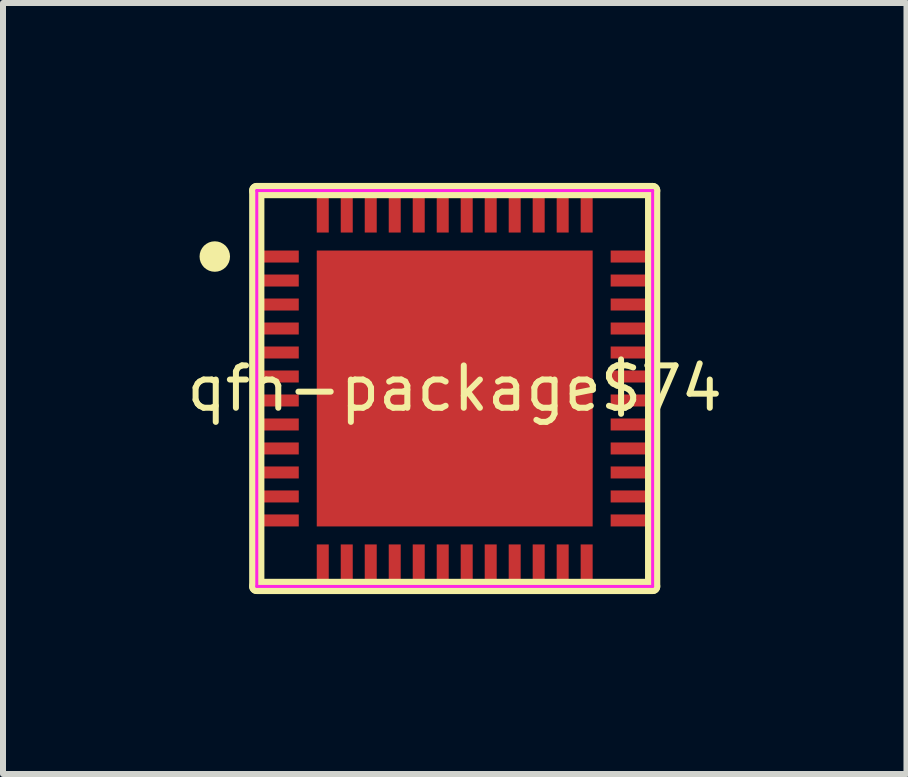
<source format=kicad_pcb>
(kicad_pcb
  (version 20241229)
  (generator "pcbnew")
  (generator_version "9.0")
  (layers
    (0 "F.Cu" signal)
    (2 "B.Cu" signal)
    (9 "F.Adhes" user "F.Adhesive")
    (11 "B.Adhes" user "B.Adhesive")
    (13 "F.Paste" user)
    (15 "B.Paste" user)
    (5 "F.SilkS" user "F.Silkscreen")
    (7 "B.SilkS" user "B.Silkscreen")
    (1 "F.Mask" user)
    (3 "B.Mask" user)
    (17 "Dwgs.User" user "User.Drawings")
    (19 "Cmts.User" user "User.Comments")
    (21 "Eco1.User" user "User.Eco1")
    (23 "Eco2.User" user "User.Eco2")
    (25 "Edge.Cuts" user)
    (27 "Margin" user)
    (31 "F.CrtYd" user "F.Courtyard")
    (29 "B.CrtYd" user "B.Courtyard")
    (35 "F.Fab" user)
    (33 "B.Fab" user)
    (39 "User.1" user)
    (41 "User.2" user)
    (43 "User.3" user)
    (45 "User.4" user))
  (footprint "qfn-package$74"
    (layer "F.Cu")
    (at 4.531 3.427)
    (property "Reference" "qfn-package$74" (at 0 0 0) (layer "F.SilkS") (effects (font (size 0.706 0.706) (thickness 0.1))))
    (attr through_hole)
    (fp_poly (pts (xy -3.3 -2.3) (xy -3.3 -2.1) (xy -2.6 -2.1) (xy -2.6 -2.3)) (stroke (width 0) (type solid)) (fill yes) (layer "F.Mask"))
    (fp_poly (pts (xy -3.3 -1.9) (xy -3.3 -1.7) (xy -2.6 -1.7) (xy -2.6 -1.9)) (stroke (width 0) (type solid)) (fill yes) (layer "F.Mask"))
    (fp_poly (pts (xy -3.3 -1.5) (xy -3.3 -1.3) (xy -2.6 -1.3) (xy -2.6 -1.5)) (stroke (width 0) (type solid)) (fill yes) (layer "F.Mask"))
    (fp_poly (pts (xy -3.3 -1.1) (xy -3.3 -0.9) (xy -2.6 -0.9) (xy -2.6 -1.1)) (stroke (width 0) (type solid)) (fill yes) (layer "F.Mask"))
    (fp_poly (pts (xy -3.3 -0.7) (xy -3.3 -0.5) (xy -2.6 -0.5) (xy -2.6 -0.7)) (stroke (width 0) (type solid)) (fill yes) (layer "F.Mask"))
    (fp_poly (pts (xy -3.3 -0.3) (xy -3.3 -0.1) (xy -2.6 -0.1) (xy -2.6 -0.3)) (stroke (width 0) (type solid)) (fill yes) (layer "F.Mask"))
    (fp_poly (pts (xy -3.3 0.1) (xy -3.3 0.3) (xy -2.6 0.3) (xy -2.6 0.1)) (stroke (width 0) (type solid)) (fill yes) (layer "F.Mask"))
    (fp_poly (pts (xy -3.3 0.5) (xy -3.3 0.7) (xy -2.6 0.7) (xy -2.6 0.5)) (stroke (width 0) (type solid)) (fill yes) (layer "F.Mask"))
    (fp_poly (pts (xy -3.3 0.9) (xy -3.3 1.1) (xy -2.6 1.1) (xy -2.6 0.9)) (stroke (width 0) (type solid)) (fill yes) (layer "F.Mask"))
    (fp_poly (pts (xy -3.3 1.3) (xy -3.3 1.5) (xy -2.6 1.5) (xy -2.6 1.3)) (stroke (width 0) (type solid)) (fill yes) (layer "F.Mask"))
    (fp_poly (pts (xy -3.3 1.7) (xy -3.3 1.9) (xy -2.6 1.9) (xy -2.6 1.7)) (stroke (width 0) (type solid)) (fill yes) (layer "F.Mask"))
    (fp_poly (pts (xy -3.3 2.1) (xy -3.3 2.3) (xy -2.6 2.3) (xy -2.6 2.1)) (stroke (width 0) (type solid)) (fill yes) (layer "F.Mask"))
    (fp_poly (pts (xy -2.3 2.3) (xy 2.3 2.3) (xy 2.3 -2.3) (xy -2.3 -2.3)) (stroke (width 0) (type solid)) (fill yes) (layer "F.Mask"))
    (fp_poly (pts (xy -2.3 3.3) (xy -2.1 3.3) (xy -2.1 2.6) (xy -2.3 2.6)) (stroke (width 0) (type solid)) (fill yes) (layer "F.Mask"))
    (fp_poly (pts (xy -2.1 -3.3) (xy -2.3 -3.3) (xy -2.3 -2.6) (xy -2.1 -2.6)) (stroke (width 0) (type solid)) (fill yes) (layer "F.Mask"))
    (fp_poly (pts (xy -1.9 3.3) (xy -1.7 3.3) (xy -1.7 2.6) (xy -1.9 2.6)) (stroke (width 0) (type solid)) (fill yes) (layer "F.Mask"))
    (fp_poly (pts (xy -1.7 -3.3) (xy -1.9 -3.3) (xy -1.9 -2.6) (xy -1.7 -2.6)) (stroke (width 0) (type solid)) (fill yes) (layer "F.Mask"))
    (fp_poly (pts (xy -1.5 3.3) (xy -1.3 3.3) (xy -1.3 2.6) (xy -1.5 2.6)) (stroke (width 0) (type solid)) (fill yes) (layer "F.Mask"))
    (fp_poly (pts (xy -1.3 -3.3) (xy -1.5 -3.3) (xy -1.5 -2.6) (xy -1.3 -2.6)) (stroke (width 0) (type solid)) (fill yes) (layer "F.Mask"))
    (fp_poly (pts (xy -1.1 3.3) (xy -0.9 3.3) (xy -0.9 2.6) (xy -1.1 2.6)) (stroke (width 0) (type solid)) (fill yes) (layer "F.Mask"))
    (fp_poly (pts (xy -0.9 -3.3) (xy -1.1 -3.3) (xy -1.1 -2.6) (xy -0.9 -2.6)) (stroke (width 0) (type solid)) (fill yes) (layer "F.Mask"))
    (fp_poly (pts (xy -0.7 3.3) (xy -0.5 3.3) (xy -0.5 2.6) (xy -0.7 2.6)) (stroke (width 0) (type solid)) (fill yes) (layer "F.Mask"))
    (fp_poly (pts (xy -0.5 -3.3) (xy -0.7 -3.3) (xy -0.7 -2.6) (xy -0.5 -2.6)) (stroke (width 0) (type solid)) (fill yes) (layer "F.Mask"))
    (fp_poly (pts (xy -0.3 3.3) (xy -0.1 3.3) (xy -0.1 2.6) (xy -0.3 2.6)) (stroke (width 0) (type solid)) (fill yes) (layer "F.Mask"))
    (fp_poly (pts (xy -0.1 -3.3) (xy -0.3 -3.3) (xy -0.3 -2.6) (xy -0.1 -2.6)) (stroke (width 0) (type solid)) (fill yes) (layer "F.Mask"))
    (fp_poly (pts (xy 0.1 3.3) (xy 0.3 3.3) (xy 0.3 2.6) (xy 0.1 2.6)) (stroke (width 0) (type solid)) (fill yes) (layer "F.Mask"))
    (fp_poly (pts (xy 0.3 -3.3) (xy 0.1 -3.3) (xy 0.1 -2.6) (xy 0.3 -2.6)) (stroke (width 0) (type solid)) (fill yes) (layer "F.Mask"))
    (fp_poly (pts (xy 0.5 3.3) (xy 0.7 3.3) (xy 0.7 2.6) (xy 0.5 2.6)) (stroke (width 0) (type solid)) (fill yes) (layer "F.Mask"))
    (fp_poly (pts (xy 0.7 -3.3) (xy 0.5 -3.3) (xy 0.5 -2.6) (xy 0.7 -2.6)) (stroke (width 0) (type solid)) (fill yes) (layer "F.Mask"))
    (fp_poly (pts (xy 0.9 3.3) (xy 1.1 3.3) (xy 1.1 2.6) (xy 0.9 2.6)) (stroke (width 0) (type solid)) (fill yes) (layer "F.Mask"))
    (fp_poly (pts (xy 1.1 -3.3) (xy 0.9 -3.3) (xy 0.9 -2.6) (xy 1.1 -2.6)) (stroke (width 0) (type solid)) (fill yes) (layer "F.Mask"))
    (fp_poly (pts (xy 1.3 3.3) (xy 1.5 3.3) (xy 1.5 2.6) (xy 1.3 2.6)) (stroke (width 0) (type solid)) (fill yes) (layer "F.Mask"))
    (fp_poly (pts (xy 1.5 -3.3) (xy 1.3 -3.3) (xy 1.3 -2.6) (xy 1.5 -2.6)) (stroke (width 0) (type solid)) (fill yes) (layer "F.Mask"))
    (fp_poly (pts (xy 1.7 3.3) (xy 1.9 3.3) (xy 1.9 2.6) (xy 1.7 2.6)) (stroke (width 0) (type solid)) (fill yes) (layer "F.Mask"))
    (fp_poly (pts (xy 1.9 -3.3) (xy 1.7 -3.3) (xy 1.7 -2.6) (xy 1.9 -2.6)) (stroke (width 0) (type solid)) (fill yes) (layer "F.Mask"))
    (fp_poly (pts (xy 2.1 3.3) (xy 2.3 3.3) (xy 2.3 2.6) (xy 2.1 2.6)) (stroke (width 0) (type solid)) (fill yes) (layer "F.Mask"))
    (fp_poly (pts (xy 2.3 -3.3) (xy 2.1 -3.3) (xy 2.1 -2.6) (xy 2.3 -2.6)) (stroke (width 0) (type solid)) (fill yes) (layer "F.Mask"))
    (fp_poly (pts (xy 3.3 -2.1) (xy 3.3 -2.3) (xy 2.6 -2.3) (xy 2.6 -2.1)) (stroke (width 0) (type solid)) (fill yes) (layer "F.Mask"))
    (fp_poly (pts (xy 3.3 -1.7) (xy 3.3 -1.9) (xy 2.6 -1.9) (xy 2.6 -1.7)) (stroke (width 0) (type solid)) (fill yes) (layer "F.Mask"))
    (fp_poly (pts (xy 3.3 -1.3) (xy 3.3 -1.5) (xy 2.6 -1.5) (xy 2.6 -1.3)) (stroke (width 0) (type solid)) (fill yes) (layer "F.Mask"))
    (fp_poly (pts (xy 3.3 -0.9) (xy 3.3 -1.1) (xy 2.6 -1.1) (xy 2.6 -0.9)) (stroke (width 0) (type solid)) (fill yes) (layer "F.Mask"))
    (fp_poly (pts (xy 3.3 -0.5) (xy 3.3 -0.7) (xy 2.6 -0.7) (xy 2.6 -0.5)) (stroke (width 0) (type solid)) (fill yes) (layer "F.Mask"))
    (fp_poly (pts (xy 3.3 -0.1) (xy 3.3 -0.3) (xy 2.6 -0.3) (xy 2.6 -0.1)) (stroke (width 0) (type solid)) (fill yes) (layer "F.Mask"))
    (fp_poly (pts (xy 3.3 0.3) (xy 3.3 0.1) (xy 2.6 0.1) (xy 2.6 0.3)) (stroke (width 0) (type solid)) (fill yes) (layer "F.Mask"))
    (fp_poly (pts (xy 3.3 0.7) (xy 3.3 0.5) (xy 2.6 0.5) (xy 2.6 0.7)) (stroke (width 0) (type solid)) (fill yes) (layer "F.Mask"))
    (fp_poly (pts (xy 3.3 1.1) (xy 3.3 0.9) (xy 2.6 0.9) (xy 2.6 1.1)) (stroke (width 0) (type solid)) (fill yes) (layer "F.Mask"))
    (fp_poly (pts (xy 3.3 1.5) (xy 3.3 1.3) (xy 2.6 1.3) (xy 2.6 1.5)) (stroke (width 0) (type solid)) (fill yes) (layer "F.Mask"))
    (fp_poly (pts (xy 3.3 1.9) (xy 3.3 1.7) (xy 2.6 1.7) (xy 2.6 1.9)) (stroke (width 0) (type solid)) (fill yes) (layer "F.Mask"))
    (fp_poly (pts (xy 3.3 2.3) (xy 3.3 2.1) (xy 2.6 2.1) (xy 2.6 2.3)) (stroke (width 0) (type solid)) (fill yes) (layer "F.Mask"))
    (fp_line (start -3.3 -3.3) (end -3.3 3.3) (stroke (width 0.254) (type solid)) (layer "F.SilkS"))
    (fp_line (start -3.3 3.3) (end 3.3 3.3) (stroke (width 0.254) (type solid)) (layer "F.SilkS"))
    (fp_line (start 3.3 -3.3) (end -3.3 -3.3) (stroke (width 0.254) (type solid)) (layer "F.SilkS"))
    (fp_line (start 3.3 3.3) (end 3.3 -3.3) (stroke (width 0.254) (type solid)) (layer "F.SilkS"))
    (fp_poly (pts (xy -3.746 -2.2) (xy -3.751 -2.25) (xy -3.765 -2.297) (xy -3.789 -2.341) (xy -3.82 -2.38) (xy -3.859 -2.411) (xy -3.903 -2.435) (xy -3.95 -2.449) (xy -4 -2.454) (xy -4.05 -2.449) (xy -4.097 -2.435) (xy -4.141 -2.411) (xy -4.18 -2.38) (xy -4.211 -2.341) (xy -4.235 -2.297) (xy -4.249 -2.25) (xy -4.254 -2.2) (xy -4.249 -2.15) (xy -4.235 -2.103) (xy -4.211 -2.059) (xy -4.18 -2.02) (xy -4.141 -1.989) (xy -4.097 -1.965) (xy -4.05 -1.951) (xy -4 -1.946) (xy -3.95 -1.951) (xy -3.903 -1.965) (xy -3.859 -1.989) (xy -3.82 -2.02) (xy -3.789 -2.059) (xy -3.765 -2.103) (xy -3.751 -2.15)) (stroke (width 0) (type solid)) (fill yes) (layer "F.SilkS"))
    (fp_poly (pts (xy -3.3 -2.3) (xy -3.3 -2.1) (xy -2.6 -2.1) (xy -2.6 -2.3)) (stroke (width 0) (type solid)) (fill yes) (layer "F.Paste"))
    (fp_poly (pts (xy -3.3 -1.9) (xy -3.3 -1.7) (xy -2.6 -1.7) (xy -2.6 -1.9)) (stroke (width 0) (type solid)) (fill yes) (layer "F.Paste"))
    (fp_poly (pts (xy -3.3 -1.5) (xy -3.3 -1.3) (xy -2.6 -1.3) (xy -2.6 -1.5)) (stroke (width 0) (type solid)) (fill yes) (layer "F.Paste"))
    (fp_poly (pts (xy -3.3 -1.1) (xy -3.3 -0.9) (xy -2.6 -0.9) (xy -2.6 -1.1)) (stroke (width 0) (type solid)) (fill yes) (layer "F.Paste"))
    (fp_poly (pts (xy -3.3 -0.7) (xy -3.3 -0.5) (xy -2.6 -0.5) (xy -2.6 -0.7)) (stroke (width 0) (type solid)) (fill yes) (layer "F.Paste"))
    (fp_poly (pts (xy -3.3 -0.3) (xy -3.3 -0.1) (xy -2.6 -0.1) (xy -2.6 -0.3)) (stroke (width 0) (type solid)) (fill yes) (layer "F.Paste"))
    (fp_poly (pts (xy -3.3 0.1) (xy -3.3 0.3) (xy -2.6 0.3) (xy -2.6 0.1)) (stroke (width 0) (type solid)) (fill yes) (layer "F.Paste"))
    (fp_poly (pts (xy -3.3 0.5) (xy -3.3 0.7) (xy -2.6 0.7) (xy -2.6 0.5)) (stroke (width 0) (type solid)) (fill yes) (layer "F.Paste"))
    (fp_poly (pts (xy -3.3 0.9) (xy -3.3 1.1) (xy -2.6 1.1) (xy -2.6 0.9)) (stroke (width 0) (type solid)) (fill yes) (layer "F.Paste"))
    (fp_poly (pts (xy -3.3 1.3) (xy -3.3 1.5) (xy -2.6 1.5) (xy -2.6 1.3)) (stroke (width 0) (type solid)) (fill yes) (layer "F.Paste"))
    (fp_poly (pts (xy -3.3 1.7) (xy -3.3 1.9) (xy -2.6 1.9) (xy -2.6 1.7)) (stroke (width 0) (type solid)) (fill yes) (layer "F.Paste"))
    (fp_poly (pts (xy -3.3 2.1) (xy -3.3 2.3) (xy -2.6 2.3) (xy -2.6 2.1)) (stroke (width 0) (type solid)) (fill yes) (layer "F.Paste"))
    (fp_poly (pts (xy -2.3 2.3) (xy 2.3 2.3) (xy 2.3 -2.3) (xy -2.3 -2.3)) (stroke (width 0) (type solid)) (fill yes) (layer "F.Paste"))
    (fp_poly (pts (xy -2.3 3.3) (xy -2.1 3.3) (xy -2.1 2.6) (xy -2.3 2.6)) (stroke (width 0) (type solid)) (fill yes) (layer "F.Paste"))
    (fp_poly (pts (xy -2.1 -3.3) (xy -2.3 -3.3) (xy -2.3 -2.6) (xy -2.1 -2.6)) (stroke (width 0) (type solid)) (fill yes) (layer "F.Paste"))
    (fp_poly (pts (xy -1.9 3.3) (xy -1.7 3.3) (xy -1.7 2.6) (xy -1.9 2.6)) (stroke (width 0) (type solid)) (fill yes) (layer "F.Paste"))
    (fp_poly (pts (xy -1.7 -3.3) (xy -1.9 -3.3) (xy -1.9 -2.6) (xy -1.7 -2.6)) (stroke (width 0) (type solid)) (fill yes) (layer "F.Paste"))
    (fp_poly (pts (xy -1.5 3.3) (xy -1.3 3.3) (xy -1.3 2.6) (xy -1.5 2.6)) (stroke (width 0) (type solid)) (fill yes) (layer "F.Paste"))
    (fp_poly (pts (xy -1.3 -3.3) (xy -1.5 -3.3) (xy -1.5 -2.6) (xy -1.3 -2.6)) (stroke (width 0) (type solid)) (fill yes) (layer "F.Paste"))
    (fp_poly (pts (xy -1.1 3.3) (xy -0.9 3.3) (xy -0.9 2.6) (xy -1.1 2.6)) (stroke (width 0) (type solid)) (fill yes) (layer "F.Paste"))
    (fp_poly (pts (xy -0.9 -3.3) (xy -1.1 -3.3) (xy -1.1 -2.6) (xy -0.9 -2.6)) (stroke (width 0) (type solid)) (fill yes) (layer "F.Paste"))
    (fp_poly (pts (xy -0.7 3.3) (xy -0.5 3.3) (xy -0.5 2.6) (xy -0.7 2.6)) (stroke (width 0) (type solid)) (fill yes) (layer "F.Paste"))
    (fp_poly (pts (xy -0.5 -3.3) (xy -0.7 -3.3) (xy -0.7 -2.6) (xy -0.5 -2.6)) (stroke (width 0) (type solid)) (fill yes) (layer "F.Paste"))
    (fp_poly (pts (xy -0.3 3.3) (xy -0.1 3.3) (xy -0.1 2.6) (xy -0.3 2.6)) (stroke (width 0) (type solid)) (fill yes) (layer "F.Paste"))
    (fp_poly (pts (xy -0.1 -3.3) (xy -0.3 -3.3) (xy -0.3 -2.6) (xy -0.1 -2.6)) (stroke (width 0) (type solid)) (fill yes) (layer "F.Paste"))
    (fp_poly (pts (xy 0.1 3.3) (xy 0.3 3.3) (xy 0.3 2.6) (xy 0.1 2.6)) (stroke (width 0) (type solid)) (fill yes) (layer "F.Paste"))
    (fp_poly (pts (xy 0.3 -3.3) (xy 0.1 -3.3) (xy 0.1 -2.6) (xy 0.3 -2.6)) (stroke (width 0) (type solid)) (fill yes) (layer "F.Paste"))
    (fp_poly (pts (xy 0.5 3.3) (xy 0.7 3.3) (xy 0.7 2.6) (xy 0.5 2.6)) (stroke (width 0) (type solid)) (fill yes) (layer "F.Paste"))
    (fp_poly (pts (xy 0.7 -3.3) (xy 0.5 -3.3) (xy 0.5 -2.6) (xy 0.7 -2.6)) (stroke (width 0) (type solid)) (fill yes) (layer "F.Paste"))
    (fp_poly (pts (xy 0.9 3.3) (xy 1.1 3.3) (xy 1.1 2.6) (xy 0.9 2.6)) (stroke (width 0) (type solid)) (fill yes) (layer "F.Paste"))
    (fp_poly (pts (xy 1.1 -3.3) (xy 0.9 -3.3) (xy 0.9 -2.6) (xy 1.1 -2.6)) (stroke (width 0) (type solid)) (fill yes) (layer "F.Paste"))
    (fp_poly (pts (xy 1.3 3.3) (xy 1.5 3.3) (xy 1.5 2.6) (xy 1.3 2.6)) (stroke (width 0) (type solid)) (fill yes) (layer "F.Paste"))
    (fp_poly (pts (xy 1.5 -3.3) (xy 1.3 -3.3) (xy 1.3 -2.6) (xy 1.5 -2.6)) (stroke (width 0) (type solid)) (fill yes) (layer "F.Paste"))
    (fp_poly (pts (xy 1.7 3.3) (xy 1.9 3.3) (xy 1.9 2.6) (xy 1.7 2.6)) (stroke (width 0) (type solid)) (fill yes) (layer "F.Paste"))
    (fp_poly (pts (xy 1.9 -3.3) (xy 1.7 -3.3) (xy 1.7 -2.6) (xy 1.9 -2.6)) (stroke (width 0) (type solid)) (fill yes) (layer "F.Paste"))
    (fp_poly (pts (xy 2.1 3.3) (xy 2.3 3.3) (xy 2.3 2.6) (xy 2.1 2.6)) (stroke (width 0) (type solid)) (fill yes) (layer "F.Paste"))
    (fp_poly (pts (xy 2.3 -3.3) (xy 2.1 -3.3) (xy 2.1 -2.6) (xy 2.3 -2.6)) (stroke (width 0) (type solid)) (fill yes) (layer "F.Paste"))
    (fp_poly (pts (xy 3.3 -2.1) (xy 3.3 -2.3) (xy 2.6 -2.3) (xy 2.6 -2.1)) (stroke (width 0) (type solid)) (fill yes) (layer "F.Paste"))
    (fp_poly (pts (xy 3.3 -1.7) (xy 3.3 -1.9) (xy 2.6 -1.9) (xy 2.6 -1.7)) (stroke (width 0) (type solid)) (fill yes) (layer "F.Paste"))
    (fp_poly (pts (xy 3.3 -1.3) (xy 3.3 -1.5) (xy 2.6 -1.5) (xy 2.6 -1.3)) (stroke (width 0) (type solid)) (fill yes) (layer "F.Paste"))
    (fp_poly (pts (xy 3.3 -0.9) (xy 3.3 -1.1) (xy 2.6 -1.1) (xy 2.6 -0.9)) (stroke (width 0) (type solid)) (fill yes) (layer "F.Paste"))
    (fp_poly (pts (xy 3.3 -0.5) (xy 3.3 -0.7) (xy 2.6 -0.7) (xy 2.6 -0.5)) (stroke (width 0) (type solid)) (fill yes) (layer "F.Paste"))
    (fp_poly (pts (xy 3.3 -0.1) (xy 3.3 -0.3) (xy 2.6 -0.3) (xy 2.6 -0.1)) (stroke (width 0) (type solid)) (fill yes) (layer "F.Paste"))
    (fp_poly (pts (xy 3.3 0.3) (xy 3.3 0.1) (xy 2.6 0.1) (xy 2.6 0.3)) (stroke (width 0) (type solid)) (fill yes) (layer "F.Paste"))
    (fp_poly (pts (xy 3.3 0.7) (xy 3.3 0.5) (xy 2.6 0.5) (xy 2.6 0.7)) (stroke (width 0) (type solid)) (fill yes) (layer "F.Paste"))
    (fp_poly (pts (xy 3.3 1.1) (xy 3.3 0.9) (xy 2.6 0.9) (xy 2.6 1.1)) (stroke (width 0) (type solid)) (fill yes) (layer "F.Paste"))
    (fp_poly (pts (xy 3.3 1.5) (xy 3.3 1.3) (xy 2.6 1.3) (xy 2.6 1.5)) (stroke (width 0) (type solid)) (fill yes) (layer "F.Paste"))
    (fp_poly (pts (xy 3.3 1.9) (xy 3.3 1.7) (xy 2.6 1.7) (xy 2.6 1.9)) (stroke (width 0) (type solid)) (fill yes) (layer "F.Paste"))
    (fp_poly (pts (xy 3.3 2.3) (xy 3.3 2.1) (xy 2.6 2.1) (xy 2.6 2.3)) (stroke (width 0) (type solid)) (fill yes) (layer "F.Paste"))
    (fp_line (start -3.3 -3.3) (end -3.3 3.3) (stroke (width 0.05) (type solid)) (layer "F.CrtYd"))
    (fp_line (start -3.3 3.3) (end 3.3 3.3) (stroke (width 0.05) (type solid)) (layer "F.CrtYd"))
    (fp_line (start 3.3 -3.3) (end -3.3 -3.3) (stroke (width 0.05) (type solid)) (layer "F.CrtYd"))
    (fp_line (start 3.3 3.3) (end 3.3 -3.3) (stroke (width 0.05) (type solid)) (layer "F.CrtYd"))
    (pad "1" smd rect (at -2.95 -2.2 270) (size 0.2 0.7) (layers "F.Cu"))
    (pad "2" smd rect (at -2.95 -1.8 270) (size 0.2 0.7) (layers "F.Cu"))
    (pad "3" smd rect (at -2.95 -1.4 270) (size 0.2 0.7) (layers "F.Cu"))
    (pad "4" smd rect (at -2.95 -1 270) (size 0.2 0.7) (layers "F.Cu"))
    (pad "5" smd rect (at -2.95 -0.6 270) (size 0.2 0.7) (layers "F.Cu"))
    (pad "6" smd rect (at -2.95 -0.2 270) (size 0.2 0.7) (layers "F.Cu"))
    (pad "7" smd rect (at -2.95 0.2 270) (size 0.2 0.7) (layers "F.Cu"))
    (pad "8" smd rect (at -2.95 0.6 270) (size 0.2 0.7) (layers "F.Cu"))
    (pad "9" smd rect (at -2.95 1 270) (size 0.2 0.7) (layers "F.Cu"))
    (pad "10" smd rect (at -2.95 1.4 270) (size 0.2 0.7) (layers "F.Cu"))
    (pad "11" smd rect (at -2.95 1.8 270) (size 0.2 0.7) (layers "F.Cu"))
    (pad "12" smd rect (at -2.95 2.2 270) (size 0.2 0.7) (layers "F.Cu"))
    (pad "13" smd rect (at -2.2 2.95) (size 0.2 0.7) (layers "F.Cu"))
    (pad "14" smd rect (at -1.8 2.95) (size 0.2 0.7) (layers "F.Cu"))
    (pad "15" smd rect (at -1.4 2.95) (size 0.2 0.7) (layers "F.Cu"))
    (pad "16" smd rect (at -1 2.95) (size 0.2 0.7) (layers "F.Cu"))
    (pad "17" smd rect (at -0.6 2.95) (size 0.2 0.7) (layers "F.Cu"))
    (pad "18" smd rect (at -0.2 2.95) (size 0.2 0.7) (layers "F.Cu"))
    (pad "19" smd rect (at 0.2 2.95) (size 0.2 0.7) (layers "F.Cu"))
    (pad "20" smd rect (at 0.6 2.95) (size 0.2 0.7) (layers "F.Cu"))
    (pad "21" smd rect (at 1 2.95) (size 0.2 0.7) (layers "F.Cu"))
    (pad "22" smd rect (at 1.4 2.95) (size 0.2 0.7) (layers "F.Cu"))
    (pad "23" smd rect (at 1.8 2.95) (size 0.2 0.7) (layers "F.Cu"))
    (pad "24" smd rect (at 2.2 2.95) (size 0.2 0.7) (layers "F.Cu"))
    (pad "25" smd rect (at 2.95 2.2 90) (size 0.2 0.7) (layers "F.Cu"))
    (pad "26" smd rect (at 2.95 1.8 90) (size 0.2 0.7) (layers "F.Cu"))
    (pad "27" smd rect (at 2.95 1.4 90) (size 0.2 0.7) (layers "F.Cu"))
    (pad "28" smd rect (at 2.95 1 90) (size 0.2 0.7) (layers "F.Cu"))
    (pad "29" smd rect (at 2.95 0.6 90) (size 0.2 0.7) (layers "F.Cu"))
    (pad "30" smd rect (at 2.95 0.2 90) (size 0.2 0.7) (layers "F.Cu"))
    (pad "31" smd rect (at 2.95 -0.2 90) (size 0.2 0.7) (layers "F.Cu"))
    (pad "32" smd rect (at 2.95 -0.6 90) (size 0.2 0.7) (layers "F.Cu"))
    (pad "33" smd rect (at 2.95 -1 90) (size 0.2 0.7) (layers "F.Cu"))
    (pad "34" smd rect (at 2.95 -1.4 90) (size 0.2 0.7) (layers "F.Cu"))
    (pad "35" smd rect (at 2.95 -1.8 90) (size 0.2 0.7) (layers "F.Cu"))
    (pad "36" smd rect (at 2.95 -2.2 90) (size 0.2 0.7) (layers "F.Cu"))
    (pad "37" smd rect (at 2.2 -2.95 180) (size 0.2 0.7) (layers "F.Cu"))
    (pad "38" smd rect (at 1.8 -2.95 180) (size 0.2 0.7) (layers "F.Cu"))
    (pad "39" smd rect (at 1.4 -2.95 180) (size 0.2 0.7) (layers "F.Cu"))
    (pad "40" smd rect (at 1 -2.95 180) (size 0.2 0.7) (layers "F.Cu"))
    (pad "41" smd rect (at 0.6 -2.95 180) (size 0.2 0.7) (layers "F.Cu"))
    (pad "42" smd rect (at 0.2 -2.95 180) (size 0.2 0.7) (layers "F.Cu"))
    (pad "43" smd rect (at -0.2 -2.95 180) (size 0.2 0.7) (layers "F.Cu"))
    (pad "44" smd rect (at -0.6 -2.95 180) (size 0.2 0.7) (layers "F.Cu"))
    (pad "45" smd rect (at -1 -2.95 180) (size 0.2 0.7) (layers "F.Cu"))
    (pad "46" smd rect (at -1.4 -2.95 180) (size 0.2 0.7) (layers "F.Cu"))
    (pad "47" smd rect (at -1.8 -2.95 180) (size 0.2 0.7) (layers "F.Cu"))
    (pad "48" smd rect (at -2.2 -2.95 180) (size 0.2 0.7) (layers "F.Cu"))
    (pad "49" smd rect (at 0 0) (size 4.6 4.6) (layers "F.Cu")))
  (gr_rect
    (start -3 -3)
    (end 12.063 9.854)
    (stroke (width 0.1) (type default))
    (fill no)
    (layer "Edge.Cuts")))
</source>
